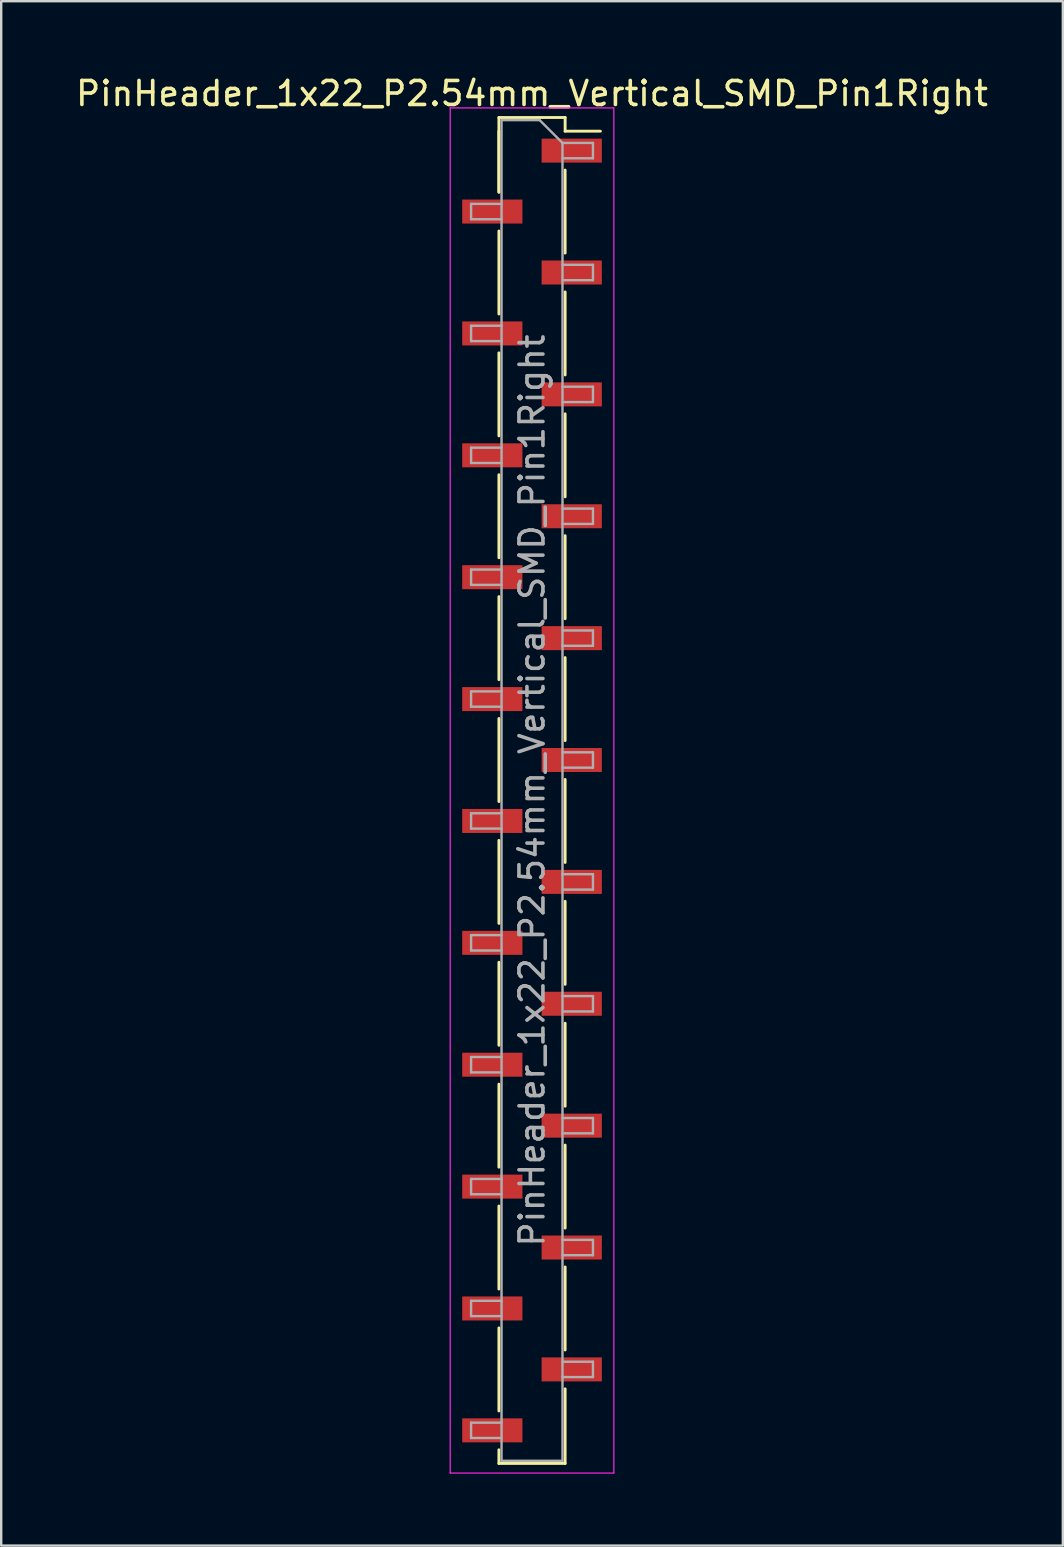
<source format=kicad_pcb>
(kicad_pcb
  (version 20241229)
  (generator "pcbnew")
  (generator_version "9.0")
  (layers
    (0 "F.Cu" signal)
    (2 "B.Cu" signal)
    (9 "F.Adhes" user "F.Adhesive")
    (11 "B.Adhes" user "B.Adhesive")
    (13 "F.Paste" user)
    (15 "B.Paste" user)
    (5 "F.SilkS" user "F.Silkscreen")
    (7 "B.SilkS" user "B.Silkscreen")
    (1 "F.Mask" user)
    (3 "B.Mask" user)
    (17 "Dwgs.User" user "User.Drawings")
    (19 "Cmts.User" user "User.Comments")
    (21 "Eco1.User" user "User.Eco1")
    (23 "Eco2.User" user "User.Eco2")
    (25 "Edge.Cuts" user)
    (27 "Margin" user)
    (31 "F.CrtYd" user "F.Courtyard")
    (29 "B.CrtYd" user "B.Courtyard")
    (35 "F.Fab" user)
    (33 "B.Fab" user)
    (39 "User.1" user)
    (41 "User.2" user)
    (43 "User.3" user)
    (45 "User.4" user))
  (footprint "PinHeader_1x22_P2.54mm_Vertical_SMD_Pin1Right"
    (layer "F.Cu")
    (at 19.125 29.898)
    (property "Reference" "PinHeader_1x22_P2.54mm_Vertical_SMD_Pin1Right" (at 0 -29.05 0) (layer "F.SilkS") (effects (font (size 1 1) (thickness 0.15))))
    (attr smd)
    (fp_line (start -1.38 -28.05) (end -1.38 -24.94) (stroke (width 0.12) (type solid)) (layer "F.SilkS"))
    (fp_line (start -1.38 -28.05) (end 1.38 -28.05) (stroke (width 0.12) (type solid)) (layer "F.SilkS"))
    (fp_line (start -1.38 -27.48) (end -1.38 -24.94) (stroke (width 0.12) (type solid)) (layer "F.SilkS"))
    (fp_line (start -1.38 -23.32) (end -1.38 -19.86) (stroke (width 0.12) (type solid)) (layer "F.SilkS"))
    (fp_line (start -1.38 -18.24) (end -1.38 -14.78) (stroke (width 0.12) (type solid)) (layer "F.SilkS"))
    (fp_line (start -1.38 -13.16) (end -1.38 -9.7) (stroke (width 0.12) (type solid)) (layer "F.SilkS"))
    (fp_line (start -1.38 -8.08) (end -1.38 -4.62) (stroke (width 0.12) (type solid)) (layer "F.SilkS"))
    (fp_line (start -1.38 -3) (end -1.38 0.46) (stroke (width 0.12) (type solid)) (layer "F.SilkS"))
    (fp_line (start -1.38 2.08) (end -1.38 5.54) (stroke (width 0.12) (type solid)) (layer "F.SilkS"))
    (fp_line (start -1.38 7.16) (end -1.38 10.62) (stroke (width 0.12) (type solid)) (layer "F.SilkS"))
    (fp_line (start -1.38 12.24) (end -1.38 15.7) (stroke (width 0.12) (type solid)) (layer "F.SilkS"))
    (fp_line (start -1.38 17.32) (end -1.38 20.78) (stroke (width 0.12) (type solid)) (layer "F.SilkS"))
    (fp_line (start -1.38 22.4) (end -1.38 25.86) (stroke (width 0.12) (type solid)) (layer "F.SilkS"))
    (fp_line (start -1.38 27.48) (end -1.38 28.05) (stroke (width 0.12) (type solid)) (layer "F.SilkS"))
    (fp_line (start -1.38 28.05) (end 1.38 28.05) (stroke (width 0.12) (type solid)) (layer "F.SilkS"))
    (fp_line (start 1.38 -28.05) (end 1.38 -27.48) (stroke (width 0.12) (type solid)) (layer "F.SilkS"))
    (fp_line (start 1.38 -27.48) (end 2.85 -27.48) (stroke (width 0.12) (type solid)) (layer "F.SilkS"))
    (fp_line (start 1.38 -25.86) (end 1.38 -22.4) (stroke (width 0.12) (type solid)) (layer "F.SilkS"))
    (fp_line (start 1.38 -20.78) (end 1.38 -17.32) (stroke (width 0.12) (type solid)) (layer "F.SilkS"))
    (fp_line (start 1.38 -15.7) (end 1.38 -12.24) (stroke (width 0.12) (type solid)) (layer "F.SilkS"))
    (fp_line (start 1.38 -10.62) (end 1.38 -7.16) (stroke (width 0.12) (type solid)) (layer "F.SilkS"))
    (fp_line (start 1.38 -5.54) (end 1.38 -2.08) (stroke (width 0.12) (type solid)) (layer "F.SilkS"))
    (fp_line (start 1.38 -0.46) (end 1.38 3) (stroke (width 0.12) (type solid)) (layer "F.SilkS"))
    (fp_line (start 1.38 4.62) (end 1.38 8.08) (stroke (width 0.12) (type solid)) (layer "F.SilkS"))
    (fp_line (start 1.38 9.7) (end 1.38 13.16) (stroke (width 0.12) (type solid)) (layer "F.SilkS"))
    (fp_line (start 1.38 14.78) (end 1.38 18.24) (stroke (width 0.12) (type solid)) (layer "F.SilkS"))
    (fp_line (start 1.38 19.86) (end 1.38 23.32) (stroke (width 0.12) (type solid)) (layer "F.SilkS"))
    (fp_line (start 1.38 24.94) (end 1.38 28.05) (stroke (width 0.12) (type solid)) (layer "F.SilkS"))
    (fp_line (start -3.41 -28.45) (end -3.41 28.45) (stroke (width 0.05) (type solid)) (layer "F.CrtYd"))
    (fp_line (start -3.41 28.45) (end 3.41 28.45) (stroke (width 0.05) (type solid)) (layer "F.CrtYd"))
    (fp_line (start 3.41 -28.45) (end -3.41 -28.45) (stroke (width 0.05) (type solid)) (layer "F.CrtYd"))
    (fp_line (start 3.41 28.45) (end 3.41 -28.45) (stroke (width 0.05) (type solid)) (layer "F.CrtYd"))
    (fp_line (start -2.54 -24.45) (end -2.54 -23.81) (stroke (width 0.1) (type solid)) (layer "F.Fab"))
    (fp_line (start -2.54 -23.81) (end -1.27 -23.81) (stroke (width 0.1) (type solid)) (layer "F.Fab"))
    (fp_line (start -2.54 -19.37) (end -2.54 -18.73) (stroke (width 0.1) (type solid)) (layer "F.Fab"))
    (fp_line (start -2.54 -18.73) (end -1.27 -18.73) (stroke (width 0.1) (type solid)) (layer "F.Fab"))
    (fp_line (start -2.54 -14.29) (end -2.54 -13.65) (stroke (width 0.1) (type solid)) (layer "F.Fab"))
    (fp_line (start -2.54 -13.65) (end -1.27 -13.65) (stroke (width 0.1) (type solid)) (layer "F.Fab"))
    (fp_line (start -2.54 -9.21) (end -2.54 -8.57) (stroke (width 0.1) (type solid)) (layer "F.Fab"))
    (fp_line (start -2.54 -8.57) (end -1.27 -8.57) (stroke (width 0.1) (type solid)) (layer "F.Fab"))
    (fp_line (start -2.54 -4.13) (end -2.54 -3.49) (stroke (width 0.1) (type solid)) (layer "F.Fab"))
    (fp_line (start -2.54 -3.49) (end -1.27 -3.49) (stroke (width 0.1) (type solid)) (layer "F.Fab"))
    (fp_line (start -2.54 0.95) (end -2.54 1.59) (stroke (width 0.1) (type solid)) (layer "F.Fab"))
    (fp_line (start -2.54 1.59) (end -1.27 1.59) (stroke (width 0.1) (type solid)) (layer "F.Fab"))
    (fp_line (start -2.54 6.03) (end -2.54 6.67) (stroke (width 0.1) (type solid)) (layer "F.Fab"))
    (fp_line (start -2.54 6.67) (end -1.27 6.67) (stroke (width 0.1) (type solid)) (layer "F.Fab"))
    (fp_line (start -2.54 11.11) (end -2.54 11.75) (stroke (width 0.1) (type solid)) (layer "F.Fab"))
    (fp_line (start -2.54 11.75) (end -1.27 11.75) (stroke (width 0.1) (type solid)) (layer "F.Fab"))
    (fp_line (start -2.54 16.19) (end -2.54 16.83) (stroke (width 0.1) (type solid)) (layer "F.Fab"))
    (fp_line (start -2.54 16.83) (end -1.27 16.83) (stroke (width 0.1) (type solid)) (layer "F.Fab"))
    (fp_line (start -2.54 21.27) (end -2.54 21.91) (stroke (width 0.1) (type solid)) (layer "F.Fab"))
    (fp_line (start -2.54 21.91) (end -1.27 21.91) (stroke (width 0.1) (type solid)) (layer "F.Fab"))
    (fp_line (start -2.54 26.35) (end -2.54 26.99) (stroke (width 0.1) (type solid)) (layer "F.Fab"))
    (fp_line (start -2.54 26.99) (end -1.27 26.99) (stroke (width 0.1) (type solid)) (layer "F.Fab"))
    (fp_line (start -1.27 -27.94) (end -1.27 27.94) (stroke (width 0.1) (type solid)) (layer "F.Fab"))
    (fp_line (start -1.27 -27.94) (end 0.32 -27.94) (stroke (width 0.1) (type solid)) (layer "F.Fab"))
    (fp_line (start -1.27 -24.45) (end -2.54 -24.45) (stroke (width 0.1) (type solid)) (layer "F.Fab"))
    (fp_line (start -1.27 -19.37) (end -2.54 -19.37) (stroke (width 0.1) (type solid)) (layer "F.Fab"))
    (fp_line (start -1.27 -14.29) (end -2.54 -14.29) (stroke (width 0.1) (type solid)) (layer "F.Fab"))
    (fp_line (start -1.27 -9.21) (end -2.54 -9.21) (stroke (width 0.1) (type solid)) (layer "F.Fab"))
    (fp_line (start -1.27 -4.13) (end -2.54 -4.13) (stroke (width 0.1) (type solid)) (layer "F.Fab"))
    (fp_line (start -1.27 0.95) (end -2.54 0.95) (stroke (width 0.1) (type solid)) (layer "F.Fab"))
    (fp_line (start -1.27 6.03) (end -2.54 6.03) (stroke (width 0.1) (type solid)) (layer "F.Fab"))
    (fp_line (start -1.27 11.11) (end -2.54 11.11) (stroke (width 0.1) (type solid)) (layer "F.Fab"))
    (fp_line (start -1.27 16.19) (end -2.54 16.19) (stroke (width 0.1) (type solid)) (layer "F.Fab"))
    (fp_line (start -1.27 21.27) (end -2.54 21.27) (stroke (width 0.1) (type solid)) (layer "F.Fab"))
    (fp_line (start -1.27 26.35) (end -2.54 26.35) (stroke (width 0.1) (type solid)) (layer "F.Fab"))
    (fp_line (start 1.27 -26.99) (end 0.32 -27.94) (stroke (width 0.1) (type solid)) (layer "F.Fab"))
    (fp_line (start 1.27 -26.99) (end 2.54 -26.99) (stroke (width 0.1) (type solid)) (layer "F.Fab"))
    (fp_line (start 1.27 -21.91) (end 2.54 -21.91) (stroke (width 0.1) (type solid)) (layer "F.Fab"))
    (fp_line (start 1.27 -16.83) (end 2.54 -16.83) (stroke (width 0.1) (type solid)) (layer "F.Fab"))
    (fp_line (start 1.27 -11.75) (end 2.54 -11.75) (stroke (width 0.1) (type solid)) (layer "F.Fab"))
    (fp_line (start 1.27 -6.67) (end 2.54 -6.67) (stroke (width 0.1) (type solid)) (layer "F.Fab"))
    (fp_line (start 1.27 -1.59) (end 2.54 -1.59) (stroke (width 0.1) (type solid)) (layer "F.Fab"))
    (fp_line (start 1.27 3.49) (end 2.54 3.49) (stroke (width 0.1) (type solid)) (layer "F.Fab"))
    (fp_line (start 1.27 8.57) (end 2.54 8.57) (stroke (width 0.1) (type solid)) (layer "F.Fab"))
    (fp_line (start 1.27 13.65) (end 2.54 13.65) (stroke (width 0.1) (type solid)) (layer "F.Fab"))
    (fp_line (start 1.27 18.73) (end 2.54 18.73) (stroke (width 0.1) (type solid)) (layer "F.Fab"))
    (fp_line (start 1.27 23.81) (end 2.54 23.81) (stroke (width 0.1) (type solid)) (layer "F.Fab"))
    (fp_line (start 1.27 27.94) (end -1.27 27.94) (stroke (width 0.1) (type solid)) (layer "F.Fab"))
    (fp_line (start 1.27 27.94) (end 1.27 -26.99) (stroke (width 0.1) (type solid)) (layer "F.Fab"))
    (fp_line (start 2.54 -26.99) (end 2.54 -26.35) (stroke (width 0.1) (type solid)) (layer "F.Fab"))
    (fp_line (start 2.54 -26.35) (end 1.27 -26.35) (stroke (width 0.1) (type solid)) (layer "F.Fab"))
    (fp_line (start 2.54 -21.91) (end 2.54 -21.27) (stroke (width 0.1) (type solid)) (layer "F.Fab"))
    (fp_line (start 2.54 -21.27) (end 1.27 -21.27) (stroke (width 0.1) (type solid)) (layer "F.Fab"))
    (fp_line (start 2.54 -16.83) (end 2.54 -16.19) (stroke (width 0.1) (type solid)) (layer "F.Fab"))
    (fp_line (start 2.54 -16.19) (end 1.27 -16.19) (stroke (width 0.1) (type solid)) (layer "F.Fab"))
    (fp_line (start 2.54 -11.75) (end 2.54 -11.11) (stroke (width 0.1) (type solid)) (layer "F.Fab"))
    (fp_line (start 2.54 -11.11) (end 1.27 -11.11) (stroke (width 0.1) (type solid)) (layer "F.Fab"))
    (fp_line (start 2.54 -6.67) (end 2.54 -6.03) (stroke (width 0.1) (type solid)) (layer "F.Fab"))
    (fp_line (start 2.54 -6.03) (end 1.27 -6.03) (stroke (width 0.1) (type solid)) (layer "F.Fab"))
    (fp_line (start 2.54 -1.59) (end 2.54 -0.95) (stroke (width 0.1) (type solid)) (layer "F.Fab"))
    (fp_line (start 2.54 -0.95) (end 1.27 -0.95) (stroke (width 0.1) (type solid)) (layer "F.Fab"))
    (fp_line (start 2.54 3.49) (end 2.54 4.13) (stroke (width 0.1) (type solid)) (layer "F.Fab"))
    (fp_line (start 2.54 4.13) (end 1.27 4.13) (stroke (width 0.1) (type solid)) (layer "F.Fab"))
    (fp_line (start 2.54 8.57) (end 2.54 9.21) (stroke (width 0.1) (type solid)) (layer "F.Fab"))
    (fp_line (start 2.54 9.21) (end 1.27 9.21) (stroke (width 0.1) (type solid)) (layer "F.Fab"))
    (fp_line (start 2.54 13.65) (end 2.54 14.29) (stroke (width 0.1) (type solid)) (layer "F.Fab"))
    (fp_line (start 2.54 14.29) (end 1.27 14.29) (stroke (width 0.1) (type solid)) (layer "F.Fab"))
    (fp_line (start 2.54 18.73) (end 2.54 19.37) (stroke (width 0.1) (type solid)) (layer "F.Fab"))
    (fp_line (start 2.54 19.37) (end 1.27 19.37) (stroke (width 0.1) (type solid)) (layer "F.Fab"))
    (fp_line (start 2.54 23.81) (end 2.54 24.45) (stroke (width 0.1) (type solid)) (layer "F.Fab"))
    (fp_line (start 2.54 24.45) (end 1.27 24.45) (stroke (width 0.1) (type solid)) (layer "F.Fab"))
    (fp_text user "${REFERENCE}" (at 0 0 90) (layer "F.Fab") (effects (font (size 1 1) (thickness 0.15))))
    (pad "1" smd rect (at 1.655 -26.67) (size 2.51 1) (layers "F.Cu" "F.Mask" "F.Paste"))
    (pad "2" smd rect (at -1.655 -24.13) (size 2.51 1) (layers "F.Cu" "F.Mask" "F.Paste"))
    (pad "3" smd rect (at 1.655 -21.59) (size 2.51 1) (layers "F.Cu" "F.Mask" "F.Paste"))
    (pad "4" smd rect (at -1.655 -19.05) (size 2.51 1) (layers "F.Cu" "F.Mask" "F.Paste"))
    (pad "5" smd rect (at 1.655 -16.51) (size 2.51 1) (layers "F.Cu" "F.Mask" "F.Paste"))
    (pad "6" smd rect (at -1.655 -13.97) (size 2.51 1) (layers "F.Cu" "F.Mask" "F.Paste"))
    (pad "7" smd rect (at 1.655 -11.43) (size 2.51 1) (layers "F.Cu" "F.Mask" "F.Paste"))
    (pad "8" smd rect (at -1.655 -8.89) (size 2.51 1) (layers "F.Cu" "F.Mask" "F.Paste"))
    (pad "9" smd rect (at 1.655 -6.35) (size 2.51 1) (layers "F.Cu" "F.Mask" "F.Paste"))
    (pad "10" smd rect (at -1.655 -3.81) (size 2.51 1) (layers "F.Cu" "F.Mask" "F.Paste"))
    (pad "11" smd rect (at 1.655 -1.27) (size 2.51 1) (layers "F.Cu" "F.Mask" "F.Paste"))
    (pad "12" smd rect (at -1.655 1.27) (size 2.51 1) (layers "F.Cu" "F.Mask" "F.Paste"))
    (pad "13" smd rect (at 1.655 3.81) (size 2.51 1) (layers "F.Cu" "F.Mask" "F.Paste"))
    (pad "14" smd rect (at -1.655 6.35) (size 2.51 1) (layers "F.Cu" "F.Mask" "F.Paste"))
    (pad "15" smd rect (at 1.655 8.89) (size 2.51 1) (layers "F.Cu" "F.Mask" "F.Paste"))
    (pad "16" smd rect (at -1.655 11.43) (size 2.51 1) (layers "F.Cu" "F.Mask" "F.Paste"))
    (pad "17" smd rect (at 1.655 13.97) (size 2.51 1) (layers "F.Cu" "F.Mask" "F.Paste"))
    (pad "18" smd rect (at -1.655 16.51) (size 2.51 1) (layers "F.Cu" "F.Mask" "F.Paste"))
    (pad "19" smd rect (at 1.655 19.05) (size 2.51 1) (layers "F.Cu" "F.Mask" "F.Paste"))
    (pad "20" smd rect (at -1.655 21.59) (size 2.51 1) (layers "F.Cu" "F.Mask" "F.Paste"))
    (pad "21" smd rect (at 1.655 24.13) (size 2.51 1) (layers "F.Cu" "F.Mask" "F.Paste"))
    (pad "22" smd rect (at -1.655 26.67) (size 2.51 1) (layers "F.Cu" "F.Mask" "F.Paste")))
  (gr_rect
    (start -3 -3)
    (end 41.25 61.373)
    (stroke (width 0.1) (type default))
    (fill no)
    (layer "Edge.Cuts")))
</source>
